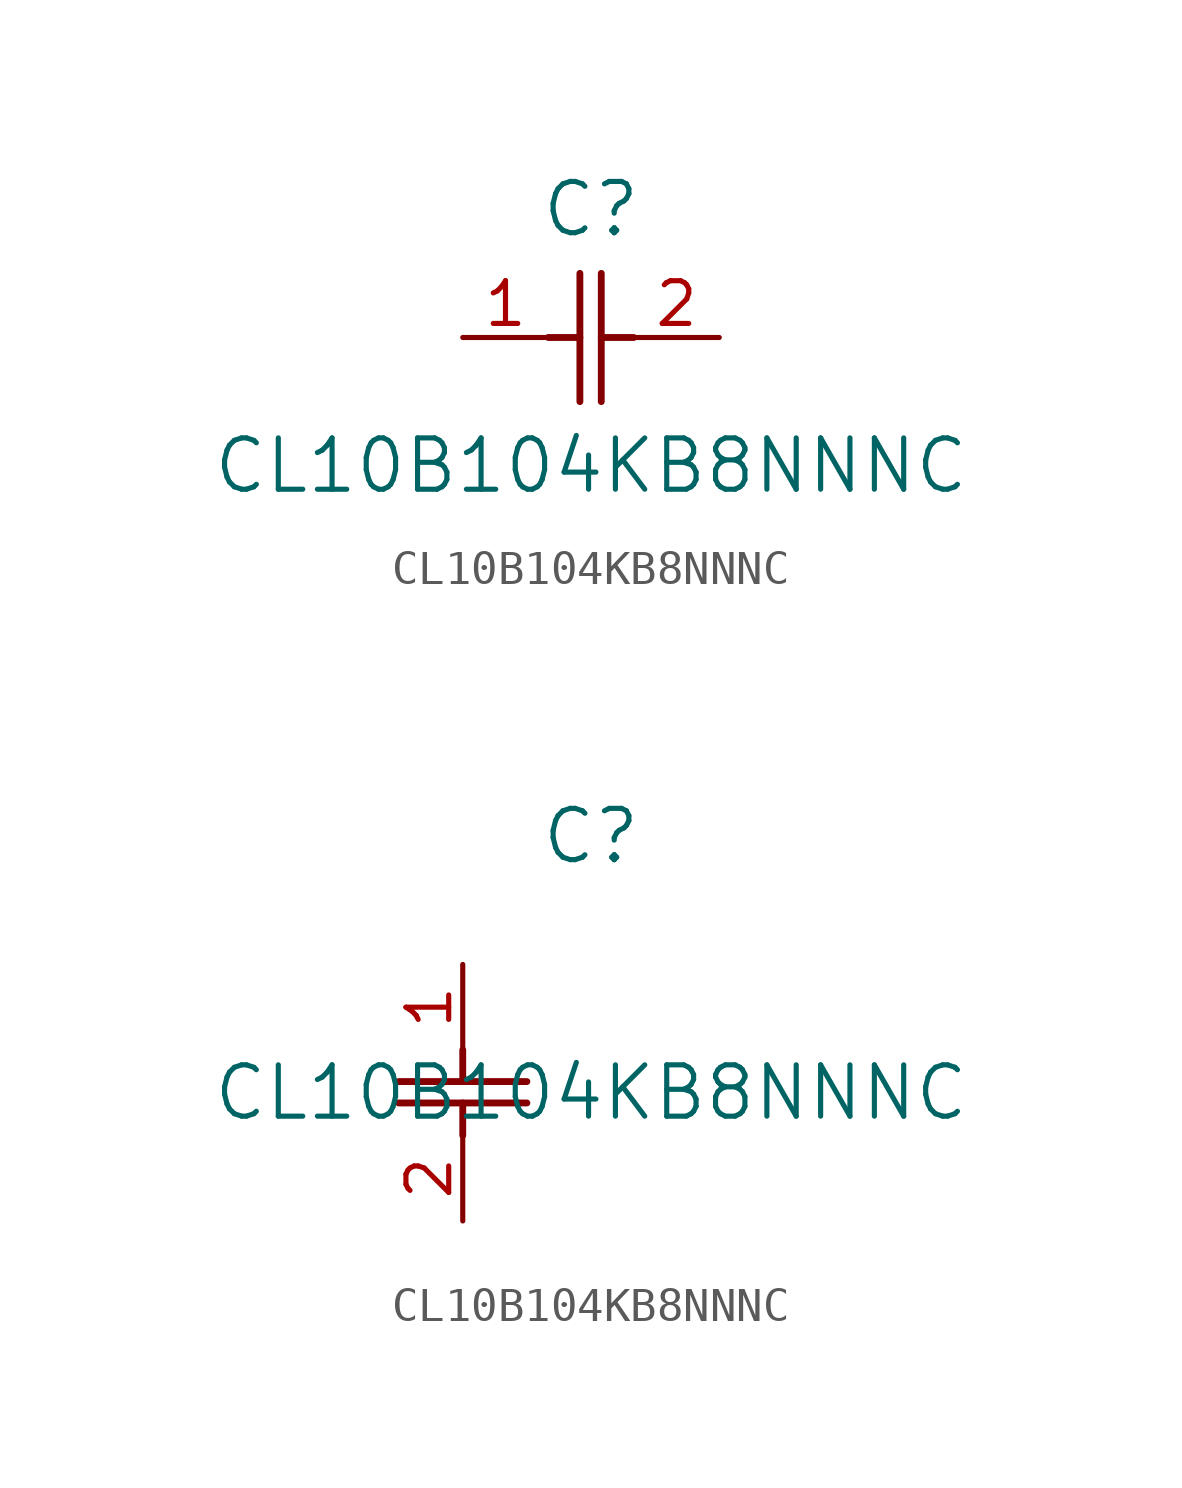
<source format=kicad_sym>
(kicad_symbol_lib
  (version 20211014)
  (generator kicad_symbol_editor)
  (symbol "CL10B104KB8NNNC"
    (pin_names
      (offset 0.254))
    (property "Reference" "C"
      (at 3.81 3.81 0)
      (effects (font (size 1.524 1.524))))
    (property "Value" "CL10B104KB8NNNC"
      (at 3.81 -3.81 0)
      (effects (font (size 1.524 1.524))))
    (symbol "CL10B104KB8NNNC_1_1"
      (polyline (pts (xy 3.48 -1.905) (xy 3.48 1.905)) (stroke (width 0.203) (type default) (color 0 0 0 0)) (fill (type none)))
      (polyline (pts (xy 4.115 -1.905) (xy 4.115 1.905)) (stroke (width 0.203) (type default) (color 0 0 0 0)) (fill (type none)))
      (polyline (pts (xy 4.115 0) (xy 5.08 0)) (stroke (width 0.203) (type default) (color 0 0 0 0)) (fill (type none)))
      (polyline (pts (xy 2.54 0) (xy 3.48 0)) (stroke (width 0.203) (type default) (color 0 0 0 0)) (fill (type none)))
      (pin unspecified line (at 0 0 0) (length 2.54) (name "" (effects (font (size 1.27 1.27)))) (number "1" (effects (font (size 1.27 1.27)))))
      (pin unspecified line (at 7.62 0 180) (length 2.54) (name "" (effects (font (size 1.27 1.27)))) (number "2" (effects (font (size 1.27 1.27))))))
    (symbol "CL10B104KB8NNNC_1_2"
      (polyline (pts (xy -1.905 -3.48) (xy 1.905 -3.48)) (stroke (width 0.203) (type default) (color 0 0 0 0)) (fill (type none)))
      (polyline (pts (xy -1.905 -4.115) (xy 1.905 -4.115)) (stroke (width 0.203) (type default) (color 0 0 0 0)) (fill (type none)))
      (polyline (pts (xy 0 -4.115) (xy 0 -5.08)) (stroke (width 0.203) (type default) (color 0 0 0 0)) (fill (type none)))
      (polyline (pts (xy 0 -2.54) (xy 0 -3.48)) (stroke (width 0.203) (type default) (color 0 0 0 0)) (fill (type none)))
      (pin unspecified line (at 0 0 270) (length 2.54) (name "" (effects (font (size 1.27 1.27)))) (number "1" (effects (font (size 1.27 1.27)))))
      (pin unspecified line (at 0 -7.62 90) (length 2.54) (name "" (effects (font (size 1.27 1.27)))) (number "2" (effects (font (size 1.27 1.27))))))))
</source>
